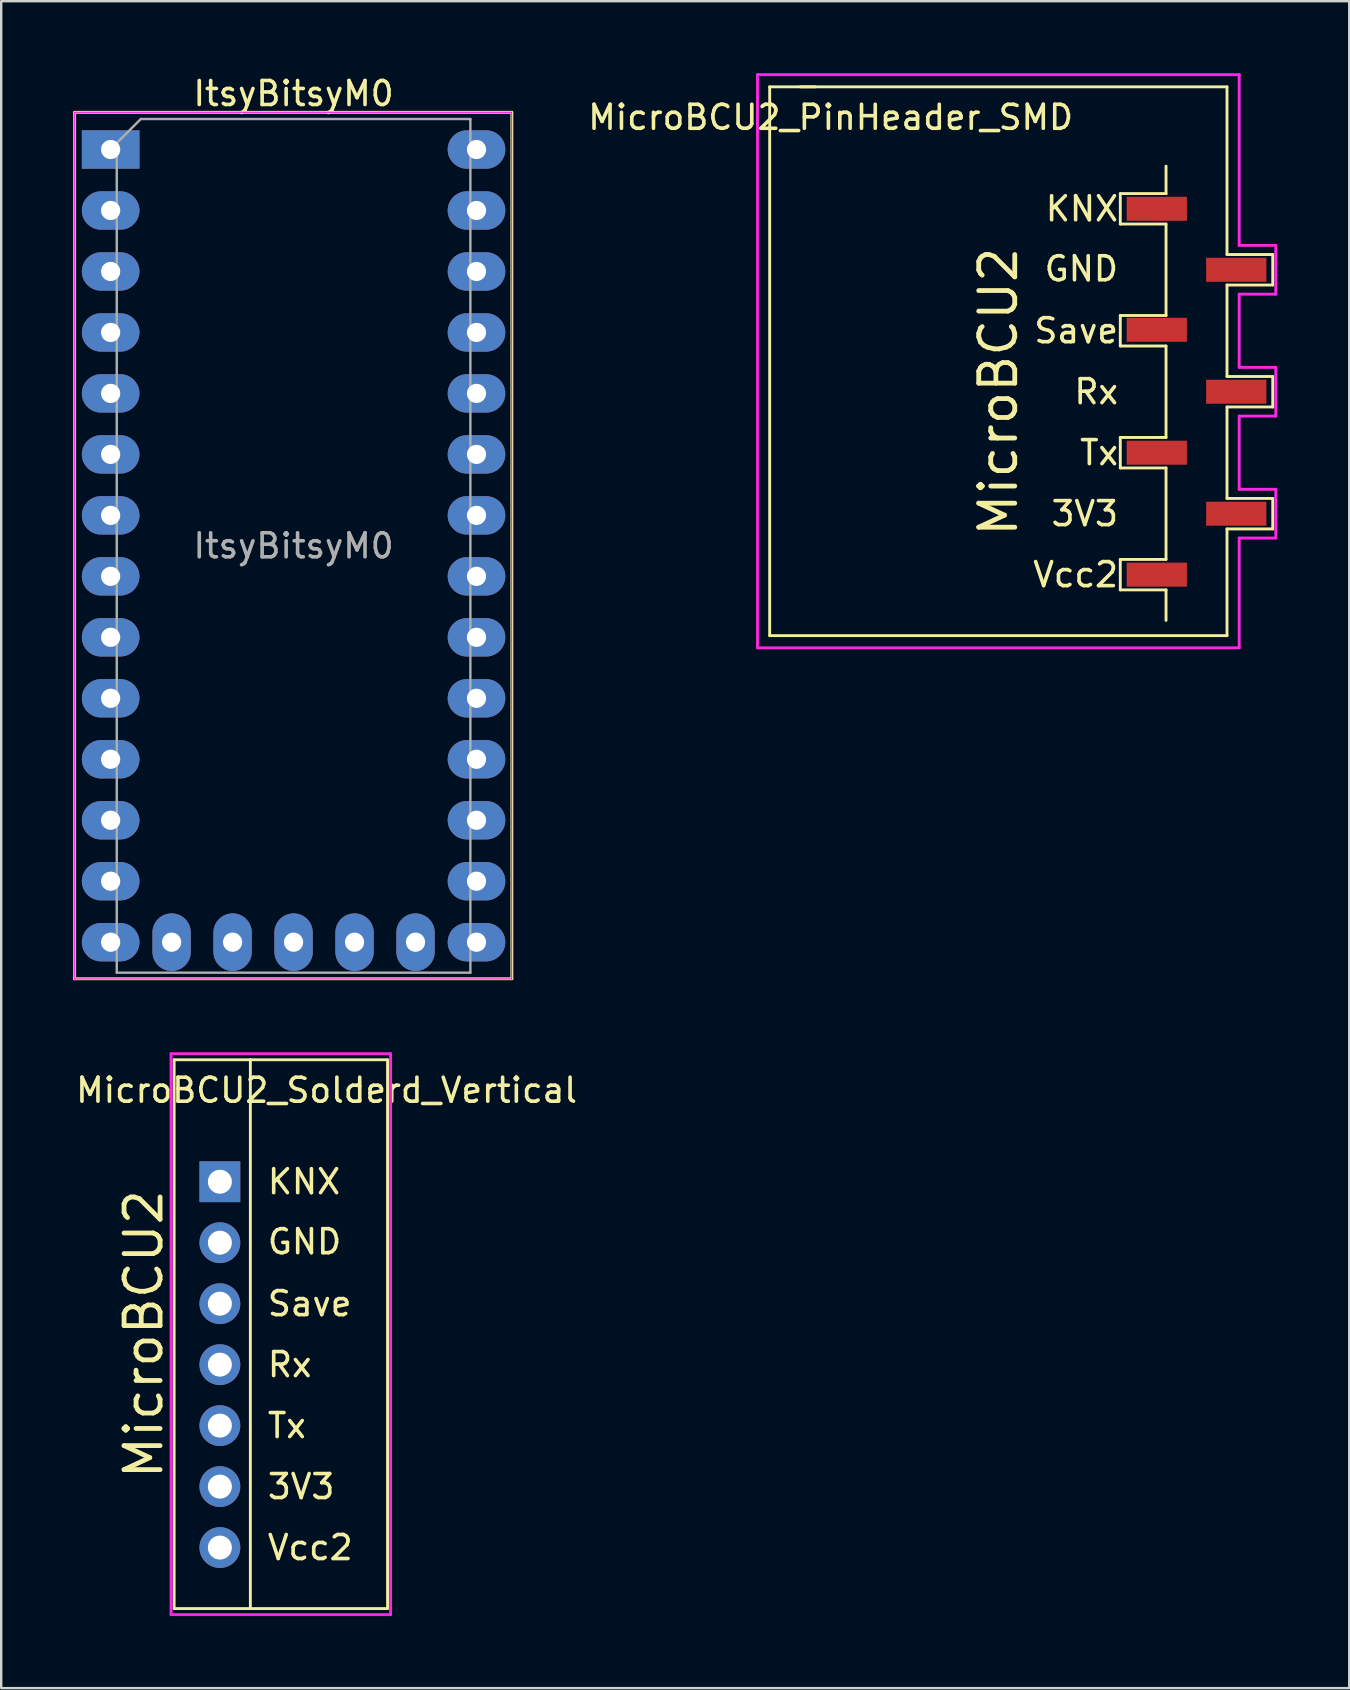
<source format=kicad_pcb>
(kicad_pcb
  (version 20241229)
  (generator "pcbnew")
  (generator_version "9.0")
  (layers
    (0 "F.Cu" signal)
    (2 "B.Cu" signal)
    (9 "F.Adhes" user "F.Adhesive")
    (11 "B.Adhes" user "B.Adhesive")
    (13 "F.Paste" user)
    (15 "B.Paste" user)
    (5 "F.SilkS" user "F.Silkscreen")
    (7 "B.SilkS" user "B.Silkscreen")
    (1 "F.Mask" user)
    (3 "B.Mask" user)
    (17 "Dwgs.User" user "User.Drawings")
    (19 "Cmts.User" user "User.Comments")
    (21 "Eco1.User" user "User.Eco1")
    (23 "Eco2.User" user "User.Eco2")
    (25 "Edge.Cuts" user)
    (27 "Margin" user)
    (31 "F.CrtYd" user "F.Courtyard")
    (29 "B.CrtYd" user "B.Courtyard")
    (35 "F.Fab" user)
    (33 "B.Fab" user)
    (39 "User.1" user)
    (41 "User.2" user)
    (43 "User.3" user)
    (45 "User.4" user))
  (footprint "ItsyBitsyM0"
    (layer "F.Cu")
    (at 1.559 3.178)
    (property "Reference" "ItsyBitsyM0" (at 7.62 -2.33 0) (layer "F.SilkS") (effects (font (size 1 1) (thickness 0.15))))
    (attr through_hole)
    (fp_line (start -1.499 -1.549) (end 16.713 -1.549) (stroke (width 0.12) (type solid)) (layer "F.SilkS"))
    (fp_line (start -1.499 34.544) (end -1.499 -1.549) (stroke (width 0.12) (type solid)) (layer "F.SilkS"))
    (fp_line (start 16.713 -1.549) (end 16.713 34.544) (stroke (width 0.12) (type solid)) (layer "F.SilkS"))
    (fp_line (start 16.713 34.544) (end -1.499 34.544) (stroke (width 0.12) (type solid)) (layer "F.SilkS"))
    (fp_line (start -1.5 -1.55) (end -1.5 34.55) (stroke (width 0.05) (type solid)) (layer "F.CrtYd"))
    (fp_line (start -1.5 34.55) (end 16.7 34.55) (stroke (width 0.05) (type solid)) (layer "F.CrtYd"))
    (fp_line (start 16.7 -1.55) (end -1.5 -1.55) (stroke (width 0.05) (type solid)) (layer "F.CrtYd"))
    (fp_line (start 16.7 34.55) (end 16.7 -1.55) (stroke (width 0.05) (type solid)) (layer "F.CrtYd"))
    (fp_line (start 0.255 -0.27) (end 1.255 -1.27) (stroke (width 0.1) (type solid)) (layer "F.Fab"))
    (fp_line (start 0.255 34.29) (end 0.255 -0.27) (stroke (width 0.1) (type solid)) (layer "F.Fab"))
    (fp_line (start 1.255 -1.27) (end 14.985 -1.27) (stroke (width 0.1) (type solid)) (layer "F.Fab"))
    (fp_line (start 14.985 -1.27) (end 14.985 34.29) (stroke (width 0.1) (type solid)) (layer "F.Fab"))
    (fp_line (start 14.985 34.29) (end 0.255 34.29) (stroke (width 0.1) (type solid)) (layer "F.Fab"))
    (fp_text user "${REFERENCE}" (at 7.62 16.51 0) (layer "F.Fab") (effects (font (size 1 1) (thickness 0.15))))
    (pad "1" thru_hole rect (at 0 0) (size 2.4 1.6) (drill 0.8) (layers "*.Cu" "*.Mask"))
    (pad "2" thru_hole oval (at 0 2.54) (size 2.4 1.6) (drill 0.8) (layers "*.Cu" "*.Mask"))
    (pad "3" thru_hole oval (at 0 5.08) (size 2.4 1.6) (drill 0.8) (layers "*.Cu" "*.Mask"))
    (pad "4" thru_hole oval (at 0 7.62) (size 2.4 1.6) (drill 0.8) (layers "*.Cu" "*.Mask"))
    (pad "5" thru_hole oval (at 0 10.16) (size 2.4 1.6) (drill 0.8) (layers "*.Cu" "*.Mask"))
    (pad "6" thru_hole oval (at 0 12.7) (size 2.4 1.6) (drill 0.8) (layers "*.Cu" "*.Mask"))
    (pad "7" thru_hole oval (at 0 15.24) (size 2.4 1.6) (drill 0.8) (layers "*.Cu" "*.Mask"))
    (pad "8" thru_hole oval (at 0 17.78) (size 2.4 1.6) (drill 0.8) (layers "*.Cu" "*.Mask"))
    (pad "9" thru_hole oval (at 0 20.32) (size 2.4 1.6) (drill 0.8) (layers "*.Cu" "*.Mask"))
    (pad "10" thru_hole oval (at 0 22.86) (size 2.4 1.6) (drill 0.8) (layers "*.Cu" "*.Mask"))
    (pad "11" thru_hole oval (at 0 25.4) (size 2.4 1.6) (drill 0.8) (layers "*.Cu" "*.Mask"))
    (pad "12" thru_hole oval (at 0 27.94) (size 2.4 1.6) (drill 0.8) (layers "*.Cu" "*.Mask"))
    (pad "13" thru_hole oval (at 0 30.48) (size 2.4 1.6) (drill 0.8) (layers "*.Cu" "*.Mask"))
    (pad "14" thru_hole oval (at 0 33.02) (size 2.4 1.6) (drill 0.8) (layers "*.Cu" "*.Mask"))
    (pad "15" thru_hole oval (at 15.24 33.02) (size 2.4 1.6) (drill 0.8) (layers "*.Cu" "*.Mask"))
    (pad "16" thru_hole oval (at 15.24 30.48) (size 2.4 1.6) (drill 0.8) (layers "*.Cu" "*.Mask"))
    (pad "17" thru_hole oval (at 15.24 27.94) (size 2.4 1.6) (drill 0.8) (layers "*.Cu" "*.Mask"))
    (pad "18" thru_hole oval (at 15.24 25.4) (size 2.4 1.6) (drill 0.8) (layers "*.Cu" "*.Mask"))
    (pad "19" thru_hole oval (at 15.24 22.86) (size 2.4 1.6) (drill 0.8) (layers "*.Cu" "*.Mask"))
    (pad "20" thru_hole oval (at 15.24 20.32) (size 2.4 1.6) (drill 0.8) (layers "*.Cu" "*.Mask"))
    (pad "21" thru_hole oval (at 15.24 17.78) (size 2.4 1.6) (drill 0.8) (layers "*.Cu" "*.Mask"))
    (pad "22" thru_hole oval (at 15.24 15.24) (size 2.4 1.6) (drill 0.8) (layers "*.Cu" "*.Mask"))
    (pad "23" thru_hole oval (at 15.24 12.7) (size 2.4 1.6) (drill 0.8) (layers "*.Cu" "*.Mask"))
    (pad "24" thru_hole oval (at 15.24 10.16) (size 2.4 1.6) (drill 0.8) (layers "*.Cu" "*.Mask"))
    (pad "25" thru_hole oval (at 15.24 7.62) (size 2.4 1.6) (drill 0.8) (layers "*.Cu" "*.Mask"))
    (pad "26" thru_hole oval (at 15.24 5.08) (size 2.4 1.6) (drill 0.8) (layers "*.Cu" "*.Mask"))
    (pad "27" thru_hole oval (at 15.24 2.54) (size 2.4 1.6) (drill 0.8) (layers "*.Cu" "*.Mask"))
    (pad "28" thru_hole oval (at 15.24 0) (size 2.4 1.6) (drill 0.8) (layers "*.Cu" "*.Mask"))
    (pad "29" thru_hole oval (at 2.54 33.02 90) (size 2.4 1.6) (drill 0.8) (layers "*.Cu" "*.Mask"))
    (pad "30" thru_hole oval (at 5.08 33.02 90) (size 2.4 1.6) (drill 0.8) (layers "*.Cu" "*.Mask"))
    (pad "31" thru_hole oval (at 7.62 33.02 90) (size 2.4 1.6) (drill 0.8) (layers "*.Cu" "*.Mask"))
    (pad "32" thru_hole oval (at 10.16 33.02 90) (size 2.4 1.6) (drill 0.8) (layers "*.Cu" "*.Mask"))
    (pad "33" thru_hole oval (at 12.7 33.02 90) (size 2.4 1.6) (drill 0.8) (layers "*.Cu" "*.Mask")))
  (footprint "MicroBCU2_Solderd_Vertical"
    (layer "F.Cu")
    (at 6.109 46.176)
    (property "Reference" "MicroBCU2_Solderd_Vertical" (at 4.445 -3.81 0) (layer "F.SilkS") (effects (font (size 1 1) (thickness 0.15))))
    (attr through_hole)
    (fp_line (start -1.905 -5.08) (end -1.905 17.78) (stroke (width 0.12) (type solid)) (layer "F.SilkS"))
    (fp_line (start 1.27 -5.08) (end -1.905 -5.08) (stroke (width 0.12) (type solid)) (layer "F.SilkS"))
    (fp_line (start 1.27 -5.08) (end 1.27 17.78) (stroke (width 0.12) (type solid)) (layer "F.SilkS"))
    (fp_line (start 1.27 17.78) (end -1.905 17.78) (stroke (width 0.12) (type solid)) (layer "F.SilkS"))
    (fp_line (start 1.27 17.78) (end 6.985 17.78) (stroke (width 0.12) (type solid)) (layer "F.SilkS"))
    (fp_line (start 6.985 -5.08) (end 1.27 -5.08) (stroke (width 0.12) (type solid)) (layer "F.SilkS"))
    (fp_line (start 6.985 17.78) (end 6.985 -5.08) (stroke (width 0.12) (type solid)) (layer "F.SilkS"))
    (fp_line (start -2.032 -5.334) (end 7.112 -5.334) (stroke (width 0.12) (type solid)) (layer "F.CrtYd"))
    (fp_line (start -2.032 18.034) (end -2.032 -5.334) (stroke (width 0.12) (type solid)) (layer "F.CrtYd"))
    (fp_line (start 7.112 -5.334) (end 7.112 18.034) (stroke (width 0.12) (type solid)) (layer "F.CrtYd"))
    (fp_line (start 7.112 18.034) (end -2.032 18.034) (stroke (width 0.12) (type solid)) (layer "F.CrtYd"))
    (fp_text user "Vcc2" (at 1.905 15.24 0) (layer "F.SilkS") (effects (font (size 1 1) (thickness 0.15)) (justify left)))
    (fp_text user "KNX" (at 1.905 0 0) (layer "F.SilkS") (effects (font (size 1 1) (thickness 0.15)) (justify left)))
    (fp_text user "Save" (at 1.905 5.08 0) (layer "F.SilkS") (effects (font (size 1 1) (thickness 0.15)) (justify left)))
    (fp_text user "MicroBCU2" (at -3.175 6.35 90) (layer "F.SilkS") (effects (font (size 1.5 1.5) (thickness 0.2))))
    (fp_text user "3V3" (at 1.905 12.7 0) (layer "F.SilkS") (effects (font (size 1 1) (thickness 0.15)) (justify left)))
    (fp_text user "Tx" (at 1.905 10.16 0) (layer "F.SilkS") (effects (font (size 1 1) (thickness 0.15)) (justify left)))
    (fp_text user "GND" (at 1.905 2.5 0) (layer "F.SilkS") (effects (font (size 1 1) (thickness 0.15)) (justify left)))
    (fp_text user "Rx" (at 1.905 7.62 0) (layer "F.SilkS") (effects (font (size 1 1) (thickness 0.15)) (justify left)))
    (pad "1" thru_hole rect (at 0 0) (size 1.7 1.7) (drill 1) (layers "*.Cu" "*.Mask"))
    (pad "2" thru_hole oval (at 0 2.54) (size 1.7 1.7) (drill 1) (layers "*.Cu" "*.Mask"))
    (pad "3" thru_hole oval (at 0 5.08) (size 1.7 1.7) (drill 1) (layers "*.Cu" "*.Mask"))
    (pad "4" thru_hole oval (at 0 7.62) (size 1.7 1.7) (drill 1) (layers "*.Cu" "*.Mask"))
    (pad "5" thru_hole oval (at 0 10.16) (size 1.7 1.7) (drill 1) (layers "*.Cu" "*.Mask"))
    (pad "6" thru_hole oval (at 0 12.7) (size 1.7 1.7) (drill 1) (layers "*.Cu" "*.Mask"))
    (pad "7" thru_hole oval (at 0 15.24) (size 1.7 1.7) (drill 1) (layers "*.Cu" "*.Mask")))
  (footprint "MicroBCU2_PinHeader_SMD"
    (layer "F.Cu")
    (at 46.792 5.648)
    (property "Reference" "MicroBCU2_PinHeader_SMD" (at -15.24 -3.81 0) (layer "F.SilkS") (effects (font (size 1 1) (thickness 0.15))))
    (attr smd)
    (fp_line (start -17.78 -5.08) (end -17.78 17.78) (stroke (width 0.12) (type solid)) (layer "F.SilkS"))
    (fp_line (start -17.78 -5.08) (end -15.875 -5.08) (stroke (width 0.12) (type solid)) (layer "F.SilkS"))
    (fp_line (start -3.175 -0.635) (end -3.175 0.635) (stroke (width 0.12) (type solid)) (layer "F.SilkS"))
    (fp_line (start -3.175 0.635) (end -1.27 0.635) (stroke (width 0.12) (type solid)) (layer "F.SilkS"))
    (fp_line (start -3.175 4.445) (end -3.175 5.715) (stroke (width 0.12) (type solid)) (layer "F.SilkS"))
    (fp_line (start -3.175 5.715) (end -1.27 5.715) (stroke (width 0.12) (type solid)) (layer "F.SilkS"))
    (fp_line (start -3.175 9.525) (end -3.175 10.795) (stroke (width 0.12) (type solid)) (layer "F.SilkS"))
    (fp_line (start -3.175 10.795) (end -1.27 10.795) (stroke (width 0.12) (type solid)) (layer "F.SilkS"))
    (fp_line (start -3.175 14.605) (end -3.175 15.875) (stroke (width 0.12) (type solid)) (layer "F.SilkS"))
    (fp_line (start -3.175 15.875) (end -1.27 15.875) (stroke (width 0.12) (type solid)) (layer "F.SilkS"))
    (fp_line (start -1.27 -1.778) (end -1.27 -0.635) (stroke (width 0.12) (type solid)) (layer "F.SilkS"))
    (fp_line (start -1.27 -0.635) (end -3.175 -0.635) (stroke (width 0.12) (type solid)) (layer "F.SilkS"))
    (fp_line (start -1.27 0.635) (end -1.27 4.445) (stroke (width 0.12) (type solid)) (layer "F.SilkS"))
    (fp_line (start -1.27 4.445) (end -3.175 4.445) (stroke (width 0.12) (type solid)) (layer "F.SilkS"))
    (fp_line (start -1.27 5.715) (end -1.27 9.525) (stroke (width 0.12) (type solid)) (layer "F.SilkS"))
    (fp_line (start -1.27 9.525) (end -3.175 9.525) (stroke (width 0.12) (type solid)) (layer "F.SilkS"))
    (fp_line (start -1.27 10.795) (end -1.27 14.605) (stroke (width 0.12) (type solid)) (layer "F.SilkS"))
    (fp_line (start -1.27 14.605) (end -3.175 14.605) (stroke (width 0.12) (type solid)) (layer "F.SilkS"))
    (fp_line (start -1.27 15.875) (end -1.27 17.145) (stroke (width 0.12) (type solid)) (layer "F.SilkS"))
    (fp_line (start 1.27 -5.08) (end -16.51 -5.08) (stroke (width 0.12) (type solid)) (layer "F.SilkS"))
    (fp_line (start 1.27 -5.08) (end 1.27 1.905) (stroke (width 0.12) (type solid)) (layer "F.SilkS"))
    (fp_line (start 1.27 1.905) (end 3.175 1.905) (stroke (width 0.12) (type solid)) (layer "F.SilkS"))
    (fp_line (start 1.27 3.175) (end 1.27 6.985) (stroke (width 0.12) (type solid)) (layer "F.SilkS"))
    (fp_line (start 1.27 6.985) (end 3.175 6.985) (stroke (width 0.12) (type solid)) (layer "F.SilkS"))
    (fp_line (start 1.27 8.255) (end 1.27 12.065) (stroke (width 0.12) (type solid)) (layer "F.SilkS"))
    (fp_line (start 1.27 12.065) (end 3.175 12.065) (stroke (width 0.12) (type solid)) (layer "F.SilkS"))
    (fp_line (start 1.27 13.335) (end 1.27 17.78) (stroke (width 0.12) (type solid)) (layer "F.SilkS"))
    (fp_line (start 1.27 17.78) (end -17.78 17.78) (stroke (width 0.12) (type solid)) (layer "F.SilkS"))
    (fp_line (start 3.175 1.905) (end 3.175 3.175) (stroke (width 0.12) (type solid)) (layer "F.SilkS"))
    (fp_line (start 3.175 3.175) (end 1.27 3.175) (stroke (width 0.12) (type solid)) (layer "F.SilkS"))
    (fp_line (start 3.175 6.985) (end 3.175 8.255) (stroke (width 0.12) (type solid)) (layer "F.SilkS"))
    (fp_line (start 3.175 8.255) (end 1.27 8.255) (stroke (width 0.12) (type solid)) (layer "F.SilkS"))
    (fp_line (start 3.175 12.065) (end 3.175 13.335) (stroke (width 0.12) (type solid)) (layer "F.SilkS"))
    (fp_line (start 3.175 13.335) (end 1.27 13.335) (stroke (width 0.12) (type solid)) (layer "F.SilkS"))
    (fp_line (start -18.288 -5.588) (end 1.778 -5.588) (stroke (width 0.12) (type solid)) (layer "F.CrtYd"))
    (fp_line (start -18.288 18.288) (end -18.288 -5.588) (stroke (width 0.12) (type solid)) (layer "F.CrtYd"))
    (fp_line (start 1.778 -5.588) (end 1.778 1.524) (stroke (width 0.12) (type solid)) (layer "F.CrtYd"))
    (fp_line (start 1.778 1.524) (end 3.302 1.524) (stroke (width 0.12) (type solid)) (layer "F.CrtYd"))
    (fp_line (start 1.778 3.556) (end 1.778 6.604) (stroke (width 0.12) (type solid)) (layer "F.CrtYd"))
    (fp_line (start 1.778 6.604) (end 3.302 6.604) (stroke (width 0.12) (type solid)) (layer "F.CrtYd"))
    (fp_line (start 1.778 8.636) (end 1.778 11.684) (stroke (width 0.12) (type solid)) (layer "F.CrtYd"))
    (fp_line (start 1.778 11.684) (end 3.302 11.684) (stroke (width 0.12) (type solid)) (layer "F.CrtYd"))
    (fp_line (start 1.778 13.716) (end 1.778 18.288) (stroke (width 0.12) (type solid)) (layer "F.CrtYd"))
    (fp_line (start 1.778 18.288) (end -18.288 18.288) (stroke (width 0.12) (type solid)) (layer "F.CrtYd"))
    (fp_line (start 3.302 1.524) (end 3.302 3.556) (stroke (width 0.12) (type solid)) (layer "F.CrtYd"))
    (fp_line (start 3.302 3.556) (end 1.778 3.556) (stroke (width 0.12) (type solid)) (layer "F.CrtYd"))
    (fp_line (start 3.302 6.604) (end 3.302 8.636) (stroke (width 0.12) (type solid)) (layer "F.CrtYd"))
    (fp_line (start 3.302 8.636) (end 1.778 8.636) (stroke (width 0.12) (type solid)) (layer "F.CrtYd"))
    (fp_line (start 3.302 11.684) (end 3.302 13.716) (stroke (width 0.12) (type solid)) (layer "F.CrtYd"))
    (fp_line (start 3.302 13.716) (end 1.778 13.716) (stroke (width 0.12) (type solid)) (layer "F.CrtYd"))
    (fp_text user "GND" (at -3.175 2.5 0) (layer "F.SilkS") (effects (font (size 1 1) (thickness 0.15)) (justify right)))
    (fp_text user "Save" (at -3.175 5.08 0) (layer "F.SilkS") (effects (font (size 1 1) (thickness 0.15)) (justify right)))
    (fp_text user "Vcc2" (at -3.175 15.24 0) (layer "F.SilkS") (effects (font (size 1 1) (thickness 0.15)) (justify right)))
    (fp_text user "MicroBCU2" (at -8.255 7.62 90) (layer "F.SilkS") (effects (font (size 1.5 1.5) (thickness 0.2))))
    (fp_text user "KNX" (at -3.175 0 0) (layer "F.SilkS") (effects (font (size 1 1) (thickness 0.15)) (justify right)))
    (fp_text user "Tx" (at -3.175 10.16 0) (layer "F.SilkS") (effects (font (size 1 1) (thickness 0.15)) (justify right)))
    (fp_text user "Rx" (at -3.175 7.62 0) (layer "F.SilkS") (effects (font (size 1 1) (thickness 0.15)) (justify right)))
    (fp_text user "3V3" (at -3.175 12.7 0) (layer "F.SilkS") (effects (font (size 1 1) (thickness 0.15)) (justify right)))
    (pad "1" smd rect (at -1.655 0) (size 2.51 1) (layers "F.Cu" "F.Mask" "F.Paste"))
    (pad "2" smd rect (at 1.655 2.54) (size 2.51 1) (layers "F.Cu" "F.Mask" "F.Paste"))
    (pad "3" smd rect (at -1.655 5.04) (size 2.51 1) (layers "F.Cu" "F.Mask" "F.Paste"))
    (pad "4" smd rect (at 1.655 7.62) (size 2.51 1) (layers "F.Cu" "F.Mask" "F.Paste"))
    (pad "5" smd rect (at -1.655 10.16) (size 2.51 1) (layers "F.Cu" "F.Mask" "F.Paste"))
    (pad "6" smd rect (at 1.655 12.7) (size 2.51 1) (layers "F.Cu" "F.Mask" "F.Paste"))
    (pad "7" smd rect (at -1.655 15.24) (size 2.51 1) (layers "F.Cu" "F.Mask" "F.Paste")))
  (gr_rect
    (start -3 -3)
    (end 53.154 67.27)
    (stroke (width 0.1) (type default))
    (fill no)
    (layer "Edge.Cuts")))
</source>
